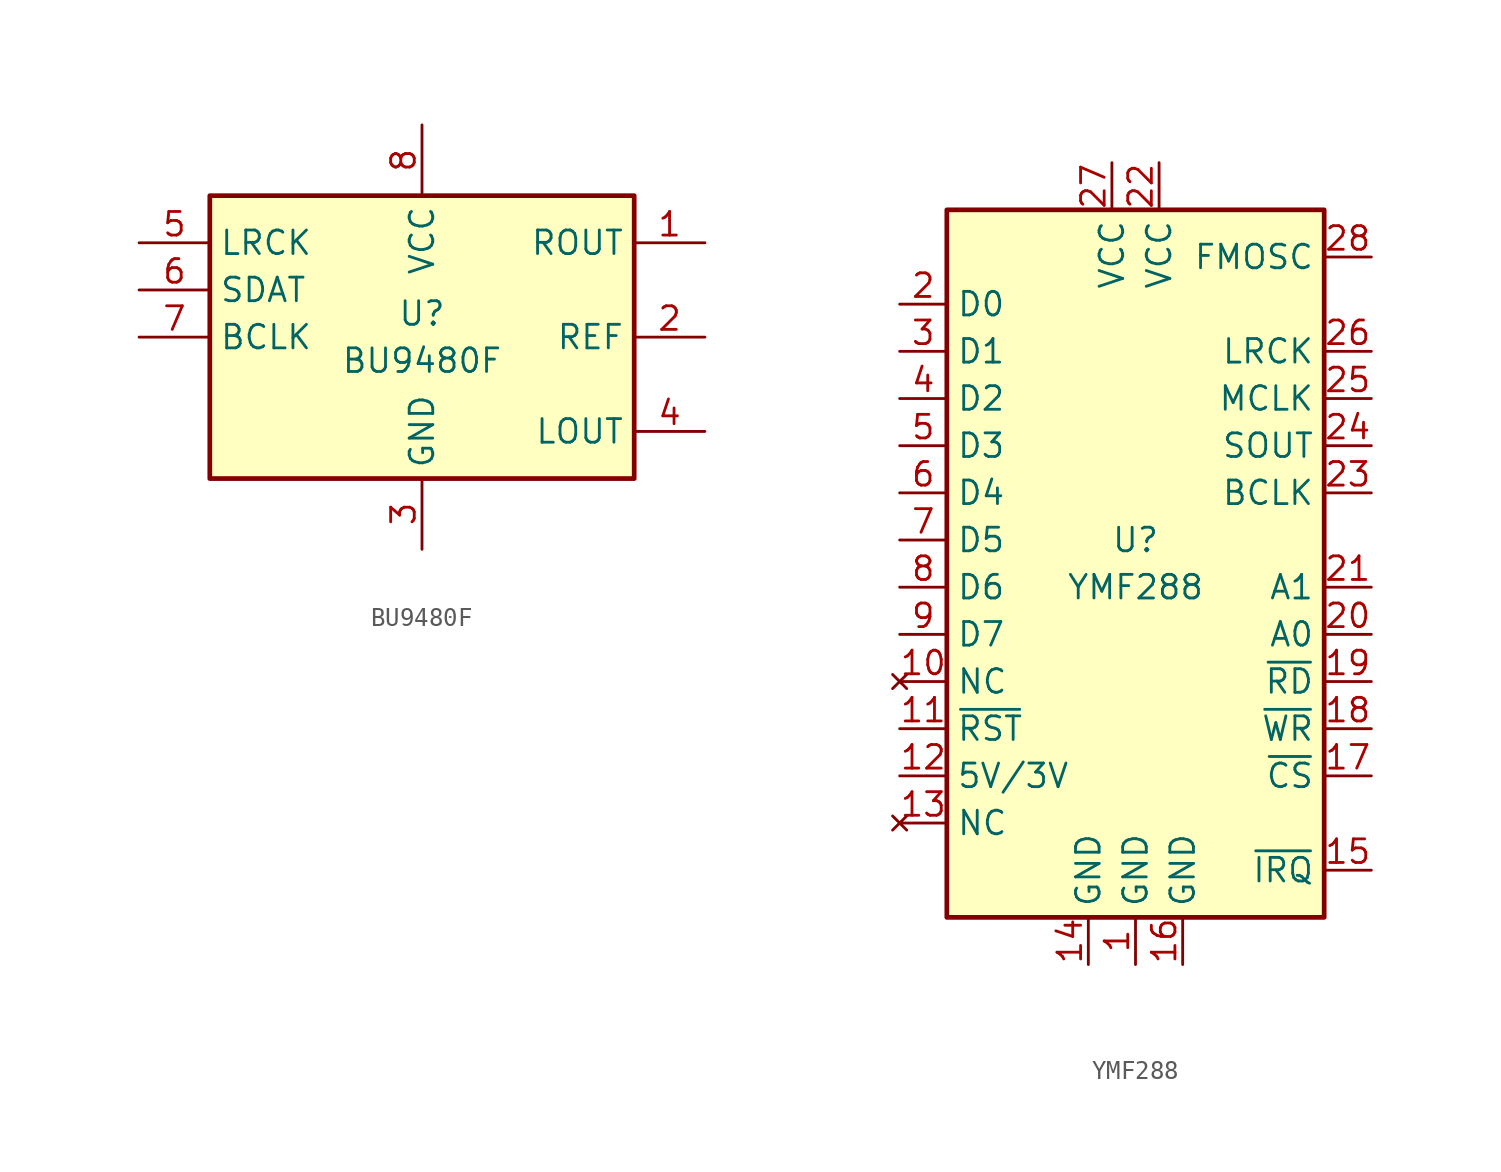
<source format=kicad_sym>
(kicad_symbol_lib
  (version 20211014)
  (generator kicad_symbol_editor)
  (symbol "BU9480F"
    (property "Reference" "U"
      (at 0 1.27 0)
      (effects (font (size 1.27 1.27))))
    (property "Value" "BU9480F"
      (at 0 -1.27 0)
      (effects (font (size 1.27 1.27))))
    (symbol "BU9480F_0_1"
      (rectangle (start -11.43 7.62) (end 11.43 -7.62) (stroke (width 0.254) (type default) (color 0 0 0 0)) (fill (type background))))
    (symbol "BU9480F_1_1"
      (pin output line (at 15.24 5.08 180) (length 3.81) (name "ROUT" (effects (font (size 1.27 1.27)))) (number "1" (effects (font (size 1.27 1.27)))))
      (pin input line (at 15.24 0 180) (length 3.81) (name "REF" (effects (font (size 1.27 1.27)))) (number "2" (effects (font (size 1.27 1.27)))))
      (pin power_in line (at 0 -11.43 90) (length 3.81) (name "GND" (effects (font (size 1.27 1.27)))) (number "3" (effects (font (size 1.27 1.27)))))
      (pin output line (at 15.24 -5.08 180) (length 3.81) (name "LOUT" (effects (font (size 1.27 1.27)))) (number "4" (effects (font (size 1.27 1.27)))))
      (pin input line (at -15.24 5.08 0) (length 3.81) (name "LRCK" (effects (font (size 1.27 1.27)))) (number "5" (effects (font (size 1.27 1.27)))))
      (pin input line (at -15.24 2.54 0) (length 3.81) (name "SDAT" (effects (font (size 1.27 1.27)))) (number "6" (effects (font (size 1.27 1.27)))))
      (pin input line (at -15.24 0 0) (length 3.81) (name "BCLK" (effects (font (size 1.27 1.27)))) (number "7" (effects (font (size 1.27 1.27)))))
      (pin power_in line (at 0 11.43 270) (length 3.81) (name "VCC" (effects (font (size 1.27 1.27)))) (number "8" (effects (font (size 1.27 1.27)))))))
  (symbol "YMF288"
    (property "Reference" "U"
      (at 0 1.27 0)
      (effects (font (size 1.27 1.27))))
    (property "Value" "YMF288"
      (at 0 -1.27 0)
      (effects (font (size 1.27 1.27))))
    (symbol "YMF288_0_0"
      (pin output line (at 12.7 -16.51 180) (length 2.54) (name "~{IRQ}" (effects (font (size 1.27 1.27)))) (number "15" (effects (font (size 1.27 1.27)))))
      (pin power_in line (at 2.54 -21.59 90) (length 2.54) (name "GND" (effects (font (size 1.27 1.27)))) (number "16" (effects (font (size 1.27 1.27)))))
      (pin input line (at 12.7 -11.43 180) (length 2.54) (name "~{CS}" (effects (font (size 1.27 1.27)))) (number "17" (effects (font (size 1.27 1.27)))))
      (pin input line (at 12.7 -8.89 180) (length 2.54) (name "~{WR}" (effects (font (size 1.27 1.27)))) (number "18" (effects (font (size 1.27 1.27)))))
      (pin input line (at 12.7 -6.35 180) (length 2.54) (name "~{RD}" (effects (font (size 1.27 1.27)))) (number "19" (effects (font (size 1.27 1.27)))))
      (pin input line (at 12.7 -3.81 180) (length 2.54) (name "A0" (effects (font (size 1.27 1.27)))) (number "20" (effects (font (size 1.27 1.27)))))
      (pin input line (at 12.7 -1.27 180) (length 2.54) (name "A1" (effects (font (size 1.27 1.27)))) (number "21" (effects (font (size 1.27 1.27)))))
      (pin power_in line (at 1.27 21.59 270) (length 2.54) (name "VCC" (effects (font (size 1.27 1.27)))) (number "22" (effects (font (size 1.27 1.27)))))
      (pin output line (at 12.7 6.35 180) (length 2.54) (name "SOUT" (effects (font (size 1.27 1.27)))) (number "24" (effects (font (size 1.27 1.27)))))
      (pin output line (at 12.7 8.89 180) (length 2.54) (name "MCLK" (effects (font (size 1.27 1.27)))) (number "25" (effects (font (size 1.27 1.27)))))
      (pin output line (at 12.7 11.43 180) (length 2.54) (name "LRCK" (effects (font (size 1.27 1.27)))) (number "26" (effects (font (size 1.27 1.27)))))
      (pin power_in line (at -1.27 21.59 270) (length 2.54) (name "VCC" (effects (font (size 1.27 1.27)))) (number "27" (effects (font (size 1.27 1.27)))))
      (pin input line (at 12.7 16.51 180) (length 2.54) (name "FMOSC" (effects (font (size 1.27 1.27)))) (number "28" (effects (font (size 1.27 1.27))))))
    (symbol "YMF288_0_1"
      (rectangle (start -10.16 19.05) (end 10.16 -19.05) (stroke (width 0.254) (type default) (color 0 0 0 0)) (fill (type background))))
    (symbol "YMF288_1_1"
      (pin power_in line (at 0 -21.59 90) (length 2.54) (name "GND" (effects (font (size 1.27 1.27)))) (number "1" (effects (font (size 1.27 1.27)))))
      (pin no_connect line (at -12.7 -6.35 0) (length 2.54) (name "NC" (effects (font (size 1.27 1.27)))) (number "10" (effects (font (size 1.27 1.27)))))
      (pin input line (at -12.7 -8.89 0) (length 2.54) (name "~{RST}" (effects (font (size 1.27 1.27)))) (number "11" (effects (font (size 1.27 1.27)))))
      (pin power_in line (at -12.7 -11.43 0) (length 2.54) (name "5V/3V" (effects (font (size 1.27 1.27)))) (number "12" (effects (font (size 1.27 1.27)))))
      (pin no_connect line (at -12.7 -13.97 0) (length 2.54) (name "NC" (effects (font (size 1.27 1.27)))) (number "13" (effects (font (size 1.27 1.27)))))
      (pin power_in line (at -2.54 -21.59 90) (length 2.54) (name "GND" (effects (font (size 1.27 1.27)))) (number "14" (effects (font (size 1.27 1.27)))))
      (pin bidirectional line (at -12.7 13.97 0) (length 2.54) (name "D0" (effects (font (size 1.27 1.27)))) (number "2" (effects (font (size 1.27 1.27)))))
      (pin output line (at 12.7 3.81 180) (length 2.54) (name "BCLK" (effects (font (size 1.27 1.27)))) (number "23" (effects (font (size 1.27 1.27)))))
      (pin bidirectional line (at -12.7 11.43 0) (length 2.54) (name "D1" (effects (font (size 1.27 1.27)))) (number "3" (effects (font (size 1.27 1.27)))))
      (pin bidirectional line (at -12.7 8.89 0) (length 2.54) (name "D2" (effects (font (size 1.27 1.27)))) (number "4" (effects (font (size 1.27 1.27)))))
      (pin bidirectional line (at -12.7 6.35 0) (length 2.54) (name "D3" (effects (font (size 1.27 1.27)))) (number "5" (effects (font (size 1.27 1.27)))))
      (pin bidirectional line (at -12.7 3.81 0) (length 2.54) (name "D4" (effects (font (size 1.27 1.27)))) (number "6" (effects (font (size 1.27 1.27)))))
      (pin bidirectional line (at -12.7 1.27 0) (length 2.54) (name "D5" (effects (font (size 1.27 1.27)))) (number "7" (effects (font (size 1.27 1.27)))))
      (pin bidirectional line (at -12.7 -1.27 0) (length 2.54) (name "D6" (effects (font (size 1.27 1.27)))) (number "8" (effects (font (size 1.27 1.27)))))
      (pin bidirectional line (at -12.7 -3.81 0) (length 2.54) (name "D7" (effects (font (size 1.27 1.27)))) (number "9" (effects (font (size 1.27 1.27))))))))
</source>
